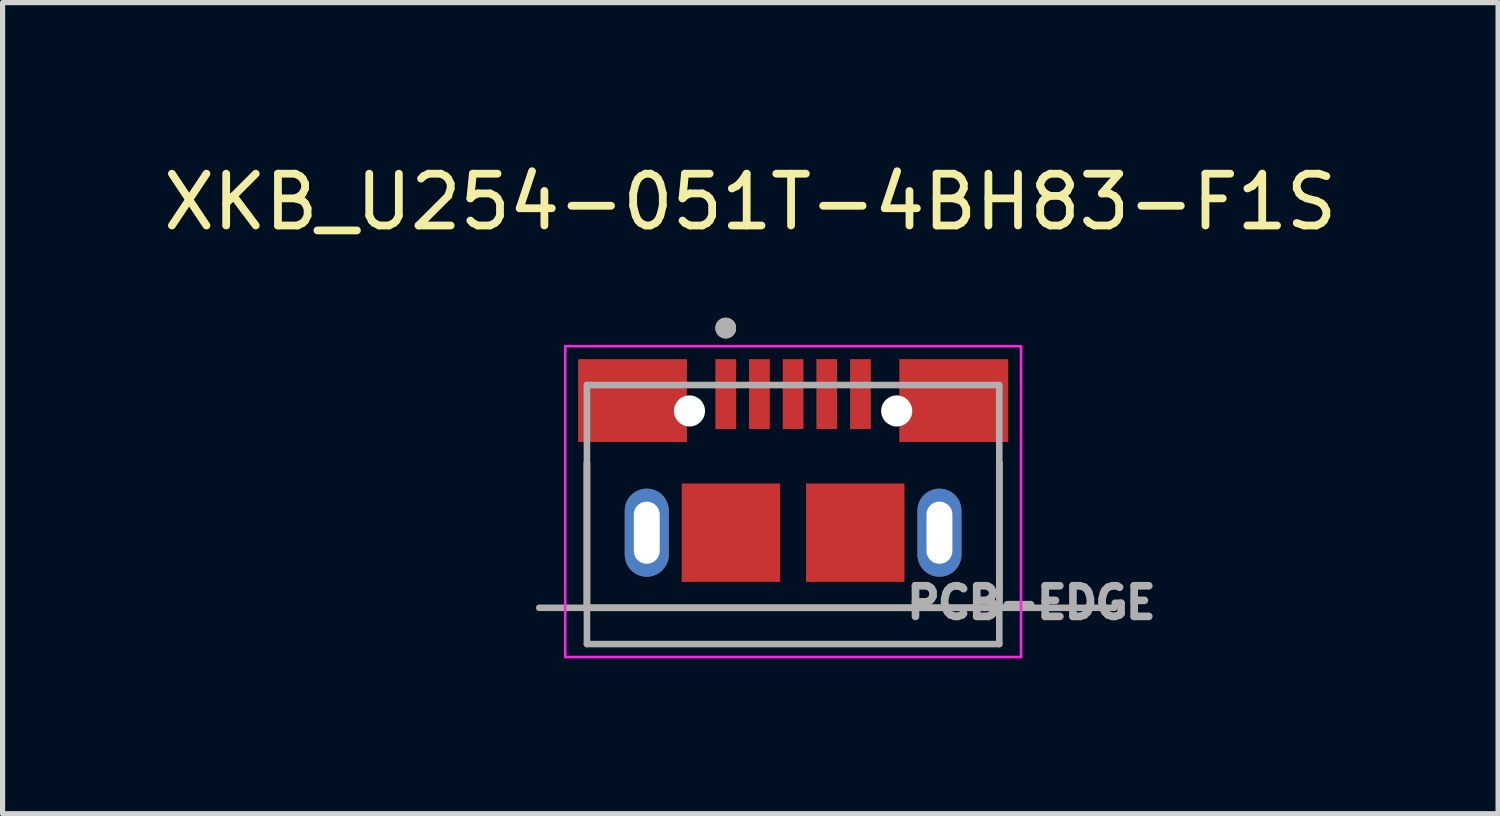
<source format=kicad_pcb>
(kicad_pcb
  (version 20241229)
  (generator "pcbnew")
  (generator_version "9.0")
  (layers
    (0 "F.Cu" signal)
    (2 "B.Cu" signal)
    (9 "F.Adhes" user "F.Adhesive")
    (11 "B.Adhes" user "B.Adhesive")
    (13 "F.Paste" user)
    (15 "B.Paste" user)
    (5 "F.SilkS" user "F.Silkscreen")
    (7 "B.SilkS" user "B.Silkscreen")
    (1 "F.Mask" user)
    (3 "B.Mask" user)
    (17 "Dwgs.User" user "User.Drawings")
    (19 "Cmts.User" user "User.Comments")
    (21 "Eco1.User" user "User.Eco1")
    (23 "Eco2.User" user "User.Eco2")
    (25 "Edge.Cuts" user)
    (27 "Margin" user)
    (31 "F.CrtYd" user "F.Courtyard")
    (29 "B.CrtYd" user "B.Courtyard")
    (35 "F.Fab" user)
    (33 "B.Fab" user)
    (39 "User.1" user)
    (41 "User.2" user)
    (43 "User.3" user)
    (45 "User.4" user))
  (footprint "XKB_U254-051T-4BH83-F1S"
    (layer "F.Cu")
    (at 12.26 7.233)
    (property "Reference" "XKB_U254-051T-4BH83-F1S" (at -0.825 -6.385 0) (layer "F.SilkS") (effects (font (size 1 1) (thickness 0.15))))
    (attr through_hole)
    (fp_line (start -3.98 -1.35) (end -3.98 1.45) (stroke (width 0.127) (type solid)) (layer "F.SilkS"))
    (fp_line (start -3.9 1.45) (end 3.9 1.45) (stroke (width 0.127) (type solid)) (layer "F.SilkS"))
    (fp_line (start 3.98 -1.35) (end 3.98 1.45) (stroke (width 0.127) (type solid)) (layer "F.SilkS"))
    (fp_circle (center -1.3 -3.95) (end -1.2 -3.95) (stroke (width 0.2) (type solid)) (fill no) (layer "F.SilkS"))
    (fp_line (start -4.4 -3.6) (end 4.4 -3.6) (stroke (width 0.05) (type solid)) (layer "F.CrtYd"))
    (fp_line (start -4.4 2.4) (end -4.4 -3.6) (stroke (width 0.05) (type solid)) (layer "F.CrtYd"))
    (fp_line (start -4.4 2.4) (end 4.4 2.4) (stroke (width 0.05) (type solid)) (layer "F.CrtYd"))
    (fp_line (start 4.4 2.4) (end 4.4 -3.6) (stroke (width 0.05) (type solid)) (layer "F.CrtYd"))
    (fp_line (start -4.9 1.45) (end 6.2 1.45) (stroke (width 0.127) (type solid)) (layer "F.Fab"))
    (fp_line (start -3.98 -2.85) (end 3.98 -2.85) (stroke (width 0.127) (type solid)) (layer "F.Fab"))
    (fp_line (start -3.98 2.15) (end -3.98 -2.85) (stroke (width 0.127) (type solid)) (layer "F.Fab"))
    (fp_line (start -3.98 2.15) (end 3.98 2.15) (stroke (width 0.127) (type solid)) (layer "F.Fab"))
    (fp_line (start 3.98 2.15) (end 3.98 -2.85) (stroke (width 0.127) (type solid)) (layer "F.Fab"))
    (fp_circle (center -1.3 -3.95) (end -1.2 -3.95) (stroke (width 0.2) (type solid)) (fill no) (layer "F.Fab"))
    (fp_text user "PCB-EDGE" (at 4.6 1.35 0) (layer "F.Fab") (effects (font (size 0.591 0.591) (thickness 0.15))))
    (pad "" np_thru_hole circle (at -2 -2.35) (size 0.6 0.6) (drill 0.6) (layers "*.Cu" "*.Mask"))
    (pad "" np_thru_hole circle (at 2 -2.35) (size 0.6 0.6) (drill 0.6) (layers "*.Cu" "*.Mask"))
    (pad "1" smd rect (at -1.3 -2.675) (size 0.4 1.35) (layers "F.Cu" "F.Mask" "F.Paste"))
    (pad "2" smd rect (at -0.65 -2.675) (size 0.4 1.35) (layers "F.Cu" "F.Mask" "F.Paste"))
    (pad "3" smd rect (at 0 -2.675) (size 0.4 1.35) (layers "F.Cu" "F.Mask" "F.Paste"))
    (pad "4" smd rect (at 0.65 -2.675) (size 0.4 1.35) (layers "F.Cu" "F.Mask" "F.Paste"))
    (pad "5" thru_hole oval (at -2.825 0) (size 0.85 1.7) (drill oval 0.5 1.2) (layers "*.Cu" "*.Mask"))
    (pad "5" smd rect (at 1.3 -2.675) (size 0.4 1.35) (layers "F.Cu" "F.Mask" "F.Paste"))
    (pad "6" thru_hole oval (at 2.825 0) (size 0.85 1.7) (drill oval 0.5 1.2) (layers "*.Cu" "*.Mask"))
    (pad "S1" smd rect (at -3.1 -2.55) (size 2.1 1.6) (layers "F.Cu" "F.Mask" "F.Paste"))
    (pad "S2" smd rect (at 3.1 -2.55) (size 2.1 1.6) (layers "F.Cu" "F.Mask" "F.Paste"))
    (pad "S3" smd rect (at -1.2 0) (size 1.9 1.9) (layers "F.Cu" "F.Mask" "F.Paste"))
    (pad "S4" smd rect (at 1.2 0) (size 1.9 1.9) (layers "F.Cu" "F.Mask" "F.Paste")))
  (gr_rect
    (start -3 -3)
    (end 25.869 12.658)
    (stroke (width 0.1) (type default))
    (fill no)
    (layer "Edge.Cuts")))
</source>
